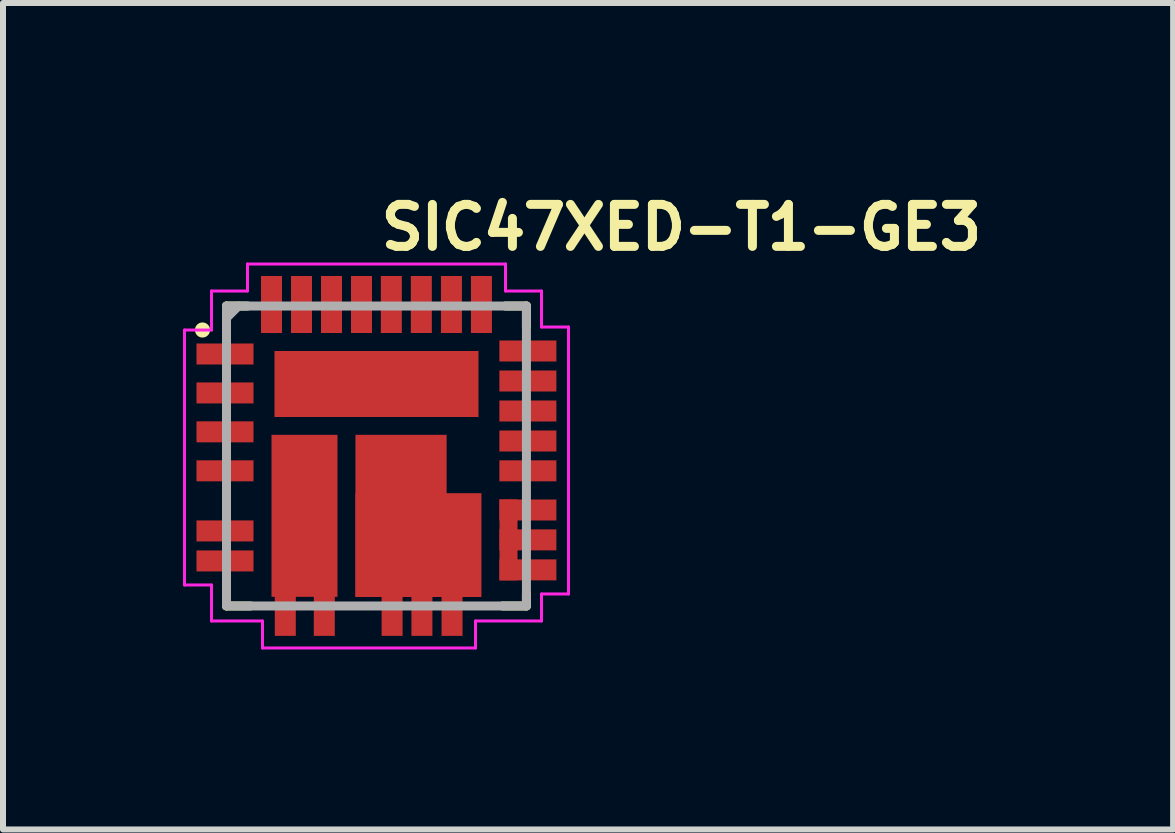
<source format=kicad_pcb>
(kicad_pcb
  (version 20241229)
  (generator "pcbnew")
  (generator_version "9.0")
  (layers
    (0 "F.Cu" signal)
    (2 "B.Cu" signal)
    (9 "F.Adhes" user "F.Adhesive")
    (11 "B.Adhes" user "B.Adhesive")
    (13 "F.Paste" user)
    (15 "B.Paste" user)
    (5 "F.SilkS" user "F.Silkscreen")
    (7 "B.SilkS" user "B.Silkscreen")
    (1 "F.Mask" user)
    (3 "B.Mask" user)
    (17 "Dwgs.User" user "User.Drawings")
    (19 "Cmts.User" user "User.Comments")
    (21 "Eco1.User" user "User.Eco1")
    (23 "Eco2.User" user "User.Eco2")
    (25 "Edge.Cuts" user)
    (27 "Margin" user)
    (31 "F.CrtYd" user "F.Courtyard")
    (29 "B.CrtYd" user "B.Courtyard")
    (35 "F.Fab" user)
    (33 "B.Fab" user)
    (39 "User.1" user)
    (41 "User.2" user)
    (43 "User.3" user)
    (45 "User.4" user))
  (footprint "SIC47XED-T1-GE3"
    (layer "F.Cu")
    (at 3.225 4.55)
    (property "Reference" "SIC47XED-T1-GE3" (at 0 -3.4 0) (layer "F.SilkS") (effects (font (size 0.7 0.7) (thickness 0.15)) (justify left bottom)))
    (attr smd)
    (fp_line (start -2.5 -2.5) (end -2.15 -2.5) (stroke (width 0.15) (type solid)) (layer "F.SilkS"))
    (fp_line (start -2.5 -2.15) (end -2.5 -2.5) (stroke (width 0.15) (type solid)) (layer "F.SilkS"))
    (fp_line (start -2.5 2.499) (end -2.5 2.148) (stroke (width 0.15) (type solid)) (layer "F.SilkS"))
    (fp_line (start -2.101 2.499) (end -2.5 2.499) (stroke (width 0.15) (type solid)) (layer "F.SilkS"))
    (fp_line (start 2.148 -2.5) (end 2.499 -2.5) (stroke (width 0.15) (type solid)) (layer "F.SilkS"))
    (fp_line (start 2.499 -2.5) (end 2.499 -2.15) (stroke (width 0.15) (type solid)) (layer "F.SilkS"))
    (fp_line (start 2.499 2.297) (end 2.499 2.499) (stroke (width 0.15) (type solid)) (layer "F.SilkS"))
    (fp_line (start 2.499 2.499) (end 2.1 2.499) (stroke (width 0.15) (type solid)) (layer "F.SilkS"))
    (fp_circle (center -2.9 -2.1) (end -2.849 -2.1) (stroke (width 0.15) (type solid)) (fill yes) (layer "F.SilkS"))
    (fp_poly (pts (xy -0.803 2.1) (xy -1.601 2.1) (xy -1.601 -0.203) (xy -0.803 -0.203)) (stroke (width 0.1) (type solid)) (fill yes) (layer "F.Paste"))
    (fp_poly (pts (xy -0.453 -0.75) (xy -1.601 -0.75) (xy -1.601 -1.651) (xy -0.453 -1.651)) (stroke (width 0.1) (type solid)) (fill yes) (layer "F.Paste"))
    (fp_poly (pts (xy 1.1 0.597) (xy -0.25 0.597) (xy -0.25 -0.25) (xy 1.1 -0.25)) (stroke (width 0.1) (type solid)) (fill yes) (layer "F.Paste"))
    (fp_poly (pts (xy 1.6 -0.75) (xy 0.45 -0.75) (xy 0.45 -1.651) (xy 1.6 -1.651)) (stroke (width 0.1) (type solid)) (fill yes) (layer "F.Paste"))
    (fp_poly (pts (xy 1.648 2.048) (xy -0.25 2.048) (xy -0.25 1.398) (xy 1.648 1.398)) (stroke (width 0.1) (type solid)) (fill yes) (layer "F.Paste"))
    (fp_line (start -3.2 -2.1) (end -3.2 2.15) (stroke (width 0.05) (type solid)) (layer "F.CrtYd"))
    (fp_line (start -3.2 2.15) (end -2.75 2.15) (stroke (width 0.05) (type solid)) (layer "F.CrtYd"))
    (fp_line (start -2.75 -2.75) (end -2.75 -2.1) (stroke (width 0.05) (type solid)) (layer "F.CrtYd"))
    (fp_line (start -2.75 -2.1) (end -3.2 -2.1) (stroke (width 0.05) (type solid)) (layer "F.CrtYd"))
    (fp_line (start -2.75 2.15) (end -2.75 2.75) (stroke (width 0.05) (type solid)) (layer "F.CrtYd"))
    (fp_line (start -2.75 2.75) (end -1.9 2.75) (stroke (width 0.05) (type solid)) (layer "F.CrtYd"))
    (fp_line (start -2.15 -3.2) (end -2.15 -2.75) (stroke (width 0.05) (type solid)) (layer "F.CrtYd"))
    (fp_line (start -2.15 -2.75) (end -2.75 -2.75) (stroke (width 0.05) (type solid)) (layer "F.CrtYd"))
    (fp_line (start -1.9 2.75) (end -1.9 3.2) (stroke (width 0.05) (type solid)) (layer "F.CrtYd"))
    (fp_line (start -1.9 3.2) (end 1.65 3.2) (stroke (width 0.05) (type solid)) (layer "F.CrtYd"))
    (fp_line (start 1.65 2.75) (end 2.75 2.75) (stroke (width 0.05) (type solid)) (layer "F.CrtYd"))
    (fp_line (start 1.65 3.2) (end 1.65 2.75) (stroke (width 0.05) (type solid)) (layer "F.CrtYd"))
    (fp_line (start 2.15 -3.2) (end -2.15 -3.2) (stroke (width 0.05) (type solid)) (layer "F.CrtYd"))
    (fp_line (start 2.15 -2.75) (end 2.15 -3.2) (stroke (width 0.05) (type solid)) (layer "F.CrtYd"))
    (fp_line (start 2.75 -2.75) (end 2.15 -2.75) (stroke (width 0.05) (type solid)) (layer "F.CrtYd"))
    (fp_line (start 2.75 -2.15) (end 2.75 -2.75) (stroke (width 0.05) (type solid)) (layer "F.CrtYd"))
    (fp_line (start 2.75 2.3) (end 3.2 2.3) (stroke (width 0.05) (type solid)) (layer "F.CrtYd"))
    (fp_line (start 2.75 2.75) (end 2.75 2.3) (stroke (width 0.05) (type solid)) (layer "F.CrtYd"))
    (fp_line (start 3.2 -2.15) (end 2.75 -2.15) (stroke (width 0.05) (type solid)) (layer "F.CrtYd"))
    (fp_line (start 3.2 2.3) (end 3.2 -2.15) (stroke (width 0.05) (type solid)) (layer "F.CrtYd"))
    (fp_line (start -2.5 -2.302) (end -2.302 -2.5) (stroke (width 0.15) (type solid)) (layer "F.Fab"))
    (fp_rect (start 2.499 2.499) (end -2.5 -2.5) (stroke (width 0.15) (type solid)) (fill no) (layer "F.Fab"))
    (fp_rect (start 2.499 2.499) (end -2.5 -2.5) (stroke (width 0.1) (type solid)) (fill no) (layer "User.5"))
    (pad "1" smd rect (at -2.525 -1.7) (size 0.95 0.35) (layers "F.Cu" "F.Mask" "F.Paste"))
    (pad "2" smd rect (at -2.525 -1.051) (size 0.95 0.35) (layers "F.Cu" "F.Mask" "F.Paste"))
    (pad "3" smd rect (at -2.525 -0.403) (size 0.95 0.35) (layers "F.Cu" "F.Mask" "F.Paste"))
    (pad "4" smd rect (at -2.525 0.247) (size 0.95 0.35) (layers "F.Cu" "F.Mask" "F.Paste"))
    (pad "5" smd rect (at -2.525 1.249) (size 0.95 0.35) (layers "F.Cu" "F.Mask" "F.Paste"))
    (pad "6" smd rect (at -2.525 1.749) (size 0.95 0.35) (layers "F.Cu" "F.Mask" "F.Paste"))
    (pad "7" smd rect (at -1.52 2.523) (size 0.35 0.95) (layers "F.Cu" "F.Mask" "F.Paste"))
    (pad "7" smd rect (at -1.2 0.997) (size 1.1 2.7) (layers "F.Cu" "F.Mask"))
    (pad "8" smd rect (at -0.87 2.523) (size 0.35 0.95) (layers "F.Cu" "F.Mask" "F.Paste"))
    (pad "9" smd rect (at 0.26 2.523) (size 0.35 0.95) (layers "F.Cu" "F.Mask" "F.Paste"))
    (pad "9" smd rect (at 0.409 0.997) (size 1.52 2.7) (layers "F.Cu" "F.Mask"))
    (pad "9" smd rect (at 0.699 1.485) (size 2.1 1.73) (layers "F.Cu" "F.Mask"))
    (pad "10" smd rect (at 0.757 2.523) (size 0.35 0.95) (layers "F.Cu" "F.Mask" "F.Paste"))
    (pad "11" smd rect (at 1.259 2.523) (size 0.35 0.95) (layers "F.Cu" "F.Mask" "F.Paste"))
    (pad "12" smd rect (at 2.523 1.898) (size 0.95 0.35) (layers "F.Cu" "F.Mask" "F.Paste"))
    (pad "13" smd rect (at 2.523 1.398) (size 0.95 0.35) (layers "F.Cu" "F.Mask" "F.Paste"))
    (pad "14" smd rect (at 2.2 1.398) (size 0.3 1.35) (layers "F.Cu" "F.Mask" "F.Paste"))
    (pad "14" smd rect (at 2.523 0.9) (size 0.95 0.35) (layers "F.Cu" "F.Mask" "F.Paste"))
    (pad "15" smd rect (at 2.523 0.247) (size 0.95 0.35) (layers "F.Cu" "F.Mask" "F.Paste"))
    (pad "16" smd rect (at 2.523 -0.25) (size 0.95 0.35) (layers "F.Cu" "F.Mask" "F.Paste"))
    (pad "17" smd rect (at 2.523 -0.75) (size 0.95 0.35) (layers "F.Cu" "F.Mask" "F.Paste"))
    (pad "18" smd rect (at 2.523 -1.25) (size 0.95 0.35) (layers "F.Cu" "F.Mask" "F.Paste"))
    (pad "19" smd rect (at 2.523 -1.75) (size 0.95 0.35) (layers "F.Cu" "F.Mask" "F.Paste"))
    (pad "20" smd rect (at 1.749 -2.525) (size 0.35 0.95) (layers "F.Cu" "F.Mask" "F.Paste"))
    (pad "21" smd rect (at 1.249 -2.525) (size 0.35 0.95) (layers "F.Cu" "F.Mask" "F.Paste"))
    (pad "22" smd rect (at 0.747 -2.525) (size 0.35 0.95) (layers "F.Cu" "F.Mask" "F.Paste"))
    (pad "23" smd rect (at 0.247 -2.525) (size 0.35 0.95) (layers "F.Cu" "F.Mask" "F.Paste"))
    (pad "24" smd rect (at -0.25 -2.525) (size 0.35 0.95) (layers "F.Cu" "F.Mask" "F.Paste"))
    (pad "25" smd rect (at -0.75 -2.525) (size 0.35 0.95) (layers "F.Cu" "F.Mask" "F.Paste"))
    (pad "26" smd rect (at -1.25 -2.525) (size 0.35 0.95) (layers "F.Cu" "F.Mask" "F.Paste"))
    (pad "27" smd rect (at -1.75 -2.525) (size 0.35 0.95) (layers "F.Cu" "F.Mask" "F.Paste"))
    (pad "28" smd rect (at 0 -1.2) (size 3.4 1.1) (layers "F.Cu" "F.Mask")))
  (gr_rect
    (start -3 -3)
    (end 16.502 10.775)
    (stroke (width 0.1) (type default))
    (fill no)
    (layer "Edge.Cuts")))
</source>
